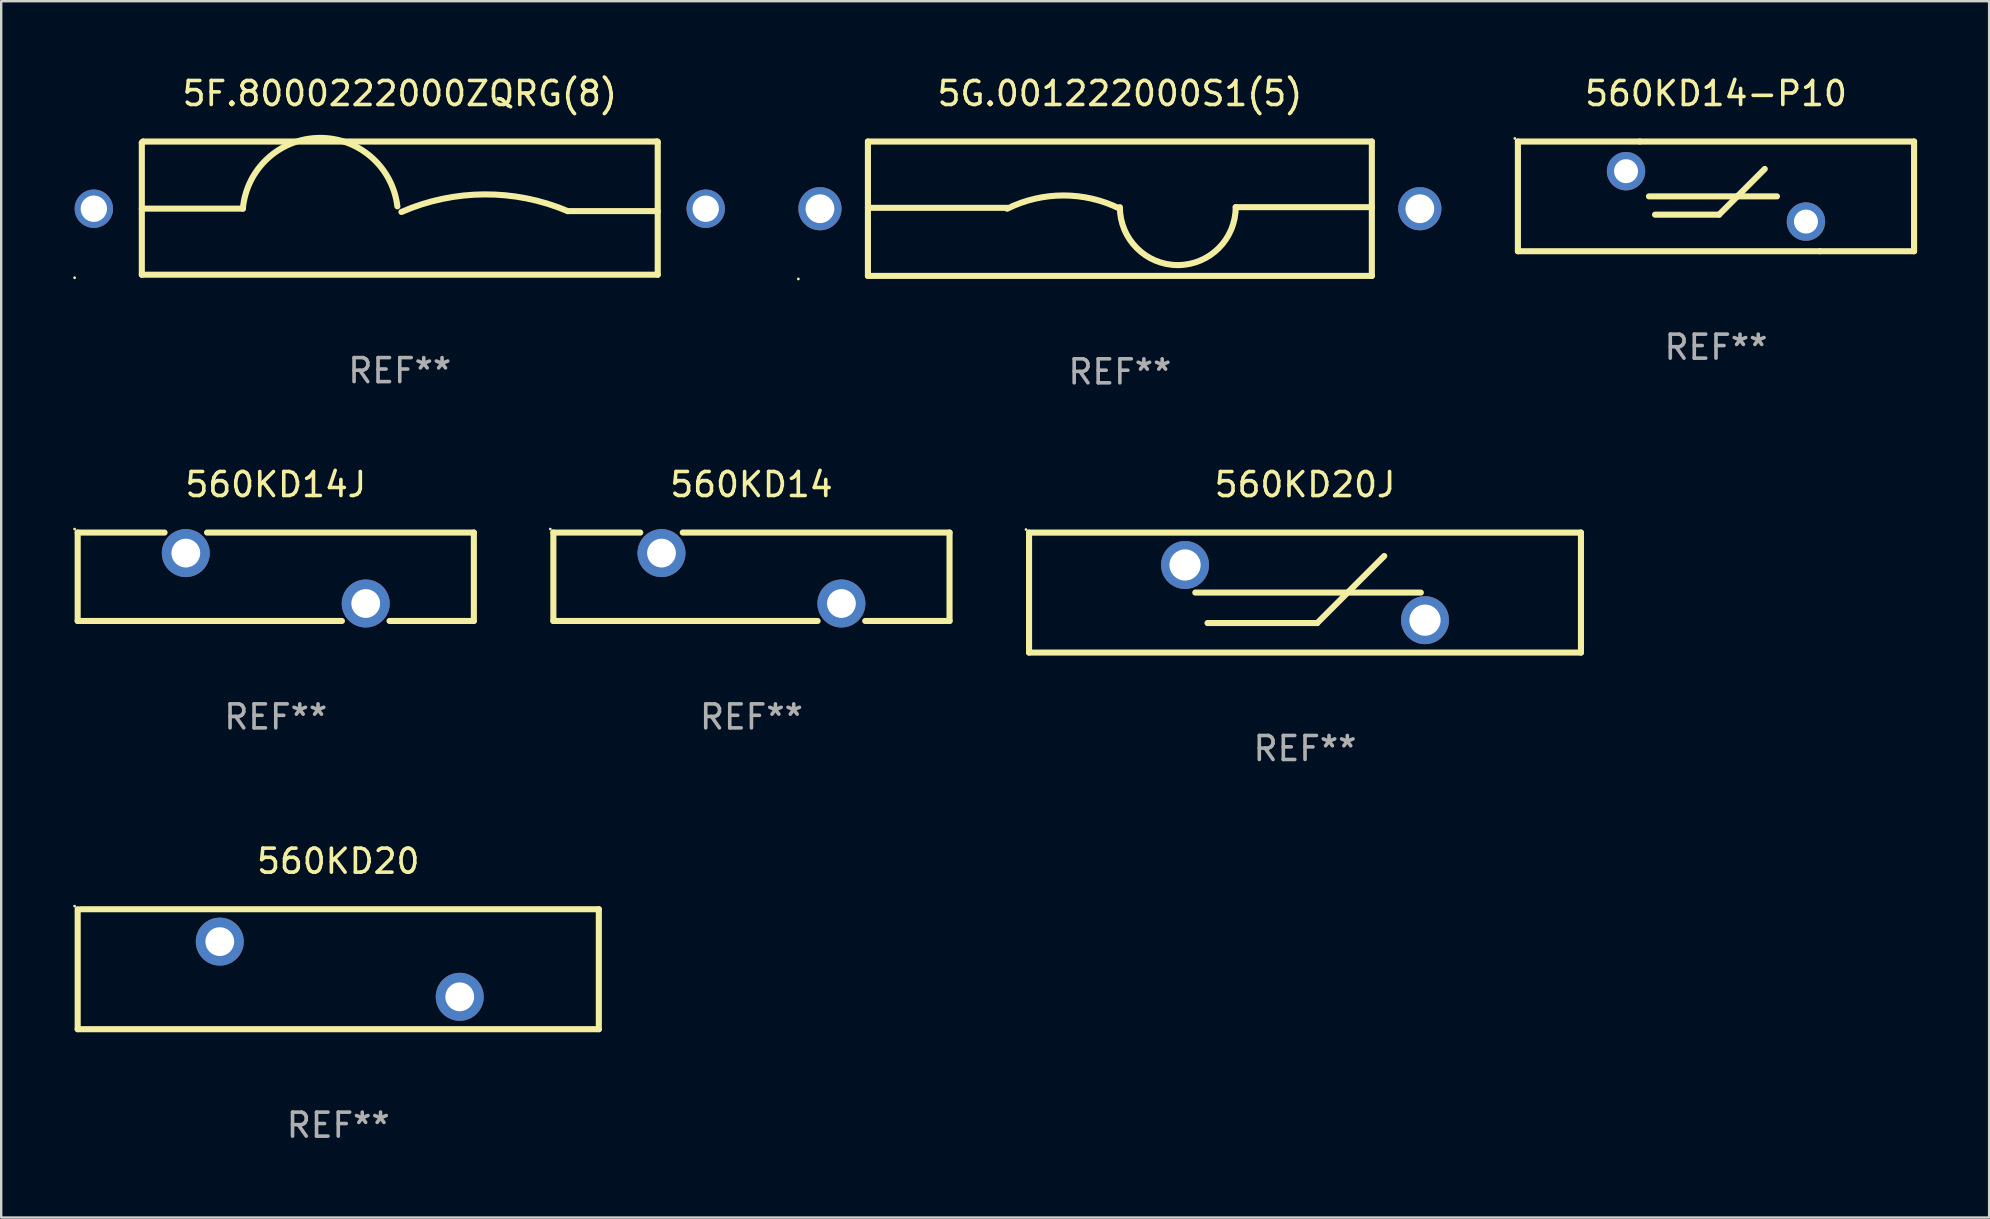
<source format=kicad_pcb>
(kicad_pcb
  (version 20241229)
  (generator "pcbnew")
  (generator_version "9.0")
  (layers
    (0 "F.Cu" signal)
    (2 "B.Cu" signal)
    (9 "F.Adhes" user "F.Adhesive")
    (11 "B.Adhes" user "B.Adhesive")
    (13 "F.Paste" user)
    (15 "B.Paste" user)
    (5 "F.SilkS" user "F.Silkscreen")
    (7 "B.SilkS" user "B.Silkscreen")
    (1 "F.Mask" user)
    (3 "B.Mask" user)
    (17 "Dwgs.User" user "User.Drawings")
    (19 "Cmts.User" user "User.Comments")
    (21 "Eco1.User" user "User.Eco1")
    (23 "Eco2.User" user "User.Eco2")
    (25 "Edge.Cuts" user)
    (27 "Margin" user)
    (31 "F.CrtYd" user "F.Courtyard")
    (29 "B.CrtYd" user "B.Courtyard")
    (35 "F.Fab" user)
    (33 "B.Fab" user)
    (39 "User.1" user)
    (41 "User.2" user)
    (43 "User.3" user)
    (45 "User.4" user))
  (footprint "560KD20J"
    (layer "F.Cu")
    (at 51.335 21.645)
    (property "Reference" "560KD20J" (at 0 -4.5 0) (layer "F.SilkS") (effects (font (size 1 1) (thickness 0.15))))
    (attr through_hole)
    (fp_line (start -11.5 -2.5) (end -11.5 2.5) (stroke (width 0.254) (type solid)) (layer "F.SilkS"))
    (fp_line (start -11.5 -2.5) (end 11.5 -2.5) (stroke (width 0.254) (type solid)) (layer "F.SilkS"))
    (fp_line (start -11.5 2.5) (end 11.5 2.5) (stroke (width 0.254) (type solid)) (layer "F.SilkS"))
    (fp_line (start -4.572 -0.000279) (end 4.826 -0.000279) (stroke (width 0.254) (type solid)) (layer "F.SilkS"))
    (fp_line (start -4.064 1.27) (end 0.508 1.27) (stroke (width 0.254) (type solid)) (layer "F.SilkS"))
    (fp_line (start 0.508 1.27) (end 3.302 -1.524) (stroke (width 0.254) (type solid)) (layer "F.SilkS"))
    (fp_line (start 11.5 2.5) (end 11.5 -2.5) (stroke (width 0.254) (type solid)) (layer "F.SilkS"))
    (fp_circle (center -11.627 -2.627) (end -11.597 -2.627) (stroke (width 0.06) (type solid)) (fill no) (layer "F.SilkS"))
    (fp_text user "REF**" (at 0 6.5 0) (layer "F.Fab") (effects (font (size 1 1) (thickness 0.15))))
    (pad "1" thru_hole circle (at -5 -1.15) (size 2 2) (drill 1.3) (layers "*.Cu" "*.Mask"))
    (pad "2" thru_hole circle (at 5 1.15) (size 2 2) (drill 1.3) (layers "*.Cu" "*.Mask")))
  (footprint "5G.001222000S1(5)"
    (layer "F.Cu")
    (at 43.62 5.648)
    (property "Reference" "5G.001222000S1(5)" (at 0 -4.8 0) (layer "F.SilkS") (effects (font (size 1 1) (thickness 0.15))))
    (attr through_hole)
    (fp_line (start -10.5 -2.8) (end 10.5 -2.8) (stroke (width 0.254) (type solid)) (layer "F.SilkS"))
    (fp_line (start -10.5 -0.037) (end -4.699 -0.037) (stroke (width 0.254) (type solid)) (layer "F.SilkS"))
    (fp_line (start -10.5 2.8) (end -10.5 -2.8) (stroke (width 0.254) (type solid)) (layer "F.SilkS"))
    (fp_line (start -10.5 2.8) (end 10.5 2.8) (stroke (width 0.254) (type solid)) (layer "F.SilkS"))
    (fp_line (start 4.826 -0.064) (end 10.5 -0.064) (stroke (width 0.254) (type solid)) (layer "F.SilkS"))
    (fp_line (start 10.5 2.8) (end 10.5 -2.8) (stroke (width 0.254) (type solid)) (layer "F.SilkS"))
    (fp_arc (start -4.699009 0) (mid -2.349505 -0.552287) (end 0 0) (stroke (width 0.254001) (type solid)) (layer "F.SilkS"))
    (fp_arc (start 4.82601 -0.063551) (mid 2.413005 2.349454) (end 0 -0.063551) (stroke (width 0.254001) (type solid)) (layer "F.SilkS"))
    (fp_circle (center -13.4 2.927) (end -13.37 2.927) (stroke (width 0.06) (type solid)) (fill no) (layer "F.SilkS"))
    (fp_text user "REF**" (at 0 6.8 0) (layer "F.Fab") (effects (font (size 1 1) (thickness 0.15))))
    (pad "1" thru_hole circle (at -12.5 0) (size 1.8 1.8) (drill 1.2) (layers "*.Cu" "*.Mask"))
    (pad "2" thru_hole circle (at 12.5 0) (size 1.8 1.8) (drill 1.2) (layers "*.Cu" "*.Mask")))
  (footprint "560KD14J"
    (layer "F.Cu")
    (at 8.442 20.986)
    (property "Reference" "560KD14J" (at 0 -3.842 0) (layer "F.SilkS") (effects (font (size 1 1) (thickness 0.15))))
    (attr through_hole)
    (fp_line (start -8.255 -1.842) (end -4.634 -1.842) (stroke (width 0.254) (type solid)) (layer "F.SilkS"))
    (fp_line (start -8.255 1.842) (end -8.255 -1.842) (stroke (width 0.254) (type solid)) (layer "F.SilkS"))
    (fp_line (start -2.864 -1.842) (end 8.255 -1.842) (stroke (width 0.254) (type solid)) (layer "F.SilkS"))
    (fp_line (start 2.757 1.842) (end -8.255 1.842) (stroke (width 0.254) (type solid)) (layer "F.SilkS"))
    (fp_line (start 8.255 -1.842) (end 8.255 1.842) (stroke (width 0.254) (type solid)) (layer "F.SilkS"))
    (fp_line (start 8.255 1.842) (end 4.741 1.842) (stroke (width 0.254) (type solid)) (layer "F.SilkS"))
    (fp_circle (center -8.382 -1.987) (end -8.352 -1.987) (stroke (width 0.06) (type solid)) (fill no) (layer "F.SilkS"))
    (fp_text user "REF**" (at 0 5.842 0) (layer "F.Fab") (effects (font (size 1 1) (thickness 0.15))))
    (pad "1" thru_hole circle (at -3.749 -0.987) (size 2 2) (drill 1.2) (layers "*.Cu" "*.Mask"))
    (pad "2" thru_hole circle (at 3.749 1.114) (size 2 2) (drill 1.2) (layers "*.Cu" "*.Mask")))
  (footprint "560KD14-P10"
    (layer "F.Cu")
    (at 68.462 5.134)
    (property "Reference" "560KD14-P10" (at 0 -4.286 0) (layer "F.SilkS") (effects (font (size 1 1) (thickness 0.15))))
    (attr through_hole)
    (fp_line (start -8.255 -2.286) (end -3.172 -2.286) (stroke (width 0.254) (type solid)) (layer "F.SilkS"))
    (fp_line (start -8.255 2.286) (end -8.255 -2.286) (stroke (width 0.254) (type solid)) (layer "F.SilkS"))
    (fp_line (start -3.172 -2.286) (end 8.255 -2.286) (stroke (width 0.254) (type solid)) (layer "F.SilkS"))
    (fp_line (start -2.794 0) (end 2.54 0) (stroke (width 0.254) (type solid)) (layer "F.SilkS"))
    (fp_line (start -2.54 0.762) (end 0.127 0.762) (stroke (width 0.254) (type solid)) (layer "F.SilkS"))
    (fp_line (start 0.127 0.762) (end 2.032 -1.143) (stroke (width 0.254) (type solid)) (layer "F.SilkS"))
    (fp_line (start 4.326 2.286) (end -8.255 2.286) (stroke (width 0.254) (type solid)) (layer "F.SilkS"))
    (fp_line (start 8.255 -2.286) (end 8.255 2.286) (stroke (width 0.254) (type solid)) (layer "F.SilkS"))
    (fp_line (start 8.255 2.286) (end 4.326 2.286) (stroke (width 0.254) (type solid)) (layer "F.SilkS"))
    (fp_circle (center -8.382 -2.413) (end -8.352 -2.413) (stroke (width 0.06) (type solid)) (fill no) (layer "F.SilkS"))
    (fp_text user "REF**" (at 0 6.286 0) (layer "F.Fab") (effects (font (size 1 1) (thickness 0.15))))
    (pad "1" thru_hole circle (at -3.749 -1.05) (size 1.6 1.6) (drill 1) (layers "*.Cu" "*.Mask"))
    (pad "2" thru_hole circle (at 3.749 1.05) (size 1.6 1.6) (drill 1) (layers "*.Cu" "*.Mask")))
  (footprint "5F.8000222000ZQRG(8)"
    (layer "F.Cu")
    (at 13.61 5.623)
    (property "Reference" "5F.8000222000ZQRG(8)" (at 0 -4.775 0) (layer "F.SilkS") (effects (font (size 1 1) (thickness 0.15))))
    (attr through_hole)
    (fp_line (start -10.75 -2.725) (end -10.7 -2.775) (stroke (width 0.254) (type solid)) (layer "F.SilkS"))
    (fp_line (start -10.75 2.775) (end -10.75 -2.725) (stroke (width 0.254) (type solid)) (layer "F.SilkS"))
    (fp_line (start -10.75 2.775) (end 10.75 2.775) (stroke (width 0.254) (type solid)) (layer "F.SilkS"))
    (fp_line (start -10.7 -2.775) (end 10.7 -2.775) (stroke (width 0.254) (type solid)) (layer "F.SilkS"))
    (fp_line (start -6.538 0.021) (end -10.75 0.021) (stroke (width 0.254) (type solid)) (layer "F.SilkS"))
    (fp_line (start 7 0.125) (end 10.75 0.125) (stroke (width 0.254) (type solid)) (layer "F.SilkS"))
    (fp_line (start 10.7 -2.775) (end 10.75 -2.725) (stroke (width 0.254) (type solid)) (layer "F.SilkS"))
    (fp_line (start 10.75 2.775) (end 10.75 -2.775) (stroke (width 0.254) (type solid)) (layer "F.SilkS"))
    (fp_arc (start -6.538277 0.020573) (mid -3.362163 -2.925392) (end -0.1 -0.075006) (stroke (width 0.254001) (type solid)) (layer "F.SilkS"))
    (fp_arc (start 0.069571 0.160528) (mid 3.531132 -0.572293) (end 7.000025 0.124994) (stroke (width 0.254001) (type solid)) (layer "F.SilkS"))
    (fp_circle (center -13.55 2.902) (end -13.52 2.902) (stroke (width 0.06) (type solid)) (fill no) (layer "F.SilkS"))
    (fp_text user "REF**" (at 0 6.775 0) (layer "F.Fab") (effects (font (size 1 1) (thickness 0.15))))
    (pad "1" thru_hole circle (at -12.75 0.025) (size 1.6 1.6) (drill 1.1) (layers "*.Cu" "*.Mask"))
    (pad "2" thru_hole circle (at 12.75 0.025) (size 1.6 1.6) (drill 1.1) (layers "*.Cu" "*.Mask")))
  (footprint "560KD20"
    (layer "F.Cu")
    (at 11.046 37.341)
    (property "Reference" "560KD20" (at 0 -4.5 0) (layer "F.SilkS") (effects (font (size 1 1) (thickness 0.15))))
    (attr through_hole)
    (fp_line (start -10.859 2.5) (end -10.859 -2.5) (stroke (width 0.254) (type solid)) (layer "F.SilkS"))
    (fp_line (start -10.732 -2.5) (end 10.859 -2.5) (stroke (width 0.254) (type solid)) (layer "F.SilkS"))
    (fp_line (start 10.859 -2.5) (end 10.859 2.5) (stroke (width 0.254) (type solid)) (layer "F.SilkS"))
    (fp_line (start 10.859 2.5) (end -10.859 2.5) (stroke (width 0.254) (type solid)) (layer "F.SilkS"))
    (fp_circle (center -10.986 -2.627) (end -10.956 -2.627) (stroke (width 0.06) (type solid)) (fill no) (layer "F.SilkS"))
    (fp_text user "REF**" (at 0 6.5 0) (layer "F.Fab") (effects (font (size 1 1) (thickness 0.15))))
    (pad "1" thru_hole circle (at -4.937 -1.15) (size 2 2) (drill 1.2) (layers "*.Cu" "*.Mask"))
    (pad "2" thru_hole circle (at 5.063 1.15) (size 2 2) (drill 1.2) (layers "*.Cu" "*.Mask")))
  (footprint "560KD14"
    (layer "F.Cu")
    (at 28.266 20.986)
    (property "Reference" "560KD14" (at 0 -3.842 0) (layer "F.SilkS") (effects (font (size 1 1) (thickness 0.15))))
    (attr through_hole)
    (fp_line (start -8.255 -1.842) (end -4.634 -1.842) (stroke (width 0.254) (type solid)) (layer "F.SilkS"))
    (fp_line (start -8.255 1.842) (end -8.255 -1.842) (stroke (width 0.254) (type solid)) (layer "F.SilkS"))
    (fp_line (start -2.864 -1.842) (end 8.255 -1.842) (stroke (width 0.254) (type solid)) (layer "F.SilkS"))
    (fp_line (start 2.757 1.842) (end -8.255 1.842) (stroke (width 0.254) (type solid)) (layer "F.SilkS"))
    (fp_line (start 8.255 -1.842) (end 8.255 1.842) (stroke (width 0.254) (type solid)) (layer "F.SilkS"))
    (fp_line (start 8.255 1.842) (end 4.741 1.842) (stroke (width 0.254) (type solid)) (layer "F.SilkS"))
    (fp_circle (center -8.382 -1.987) (end -8.352 -1.987) (stroke (width 0.06) (type solid)) (fill no) (layer "F.SilkS"))
    (fp_text user "REF**" (at 0 5.842 0) (layer "F.Fab") (effects (font (size 1 1) (thickness 0.15))))
    (pad "1" thru_hole circle (at -3.749 -0.987) (size 2 2) (drill 1.2) (layers "*.Cu" "*.Mask"))
    (pad "2" thru_hole circle (at 3.749 1.114) (size 2 2) (drill 1.2) (layers "*.Cu" "*.Mask")))
  (gr_rect
    (start -3 -3)
    (end 79.844 47.69)
    (stroke (width 0.1) (type default))
    (fill no)
    (layer "Edge.Cuts")))
</source>
